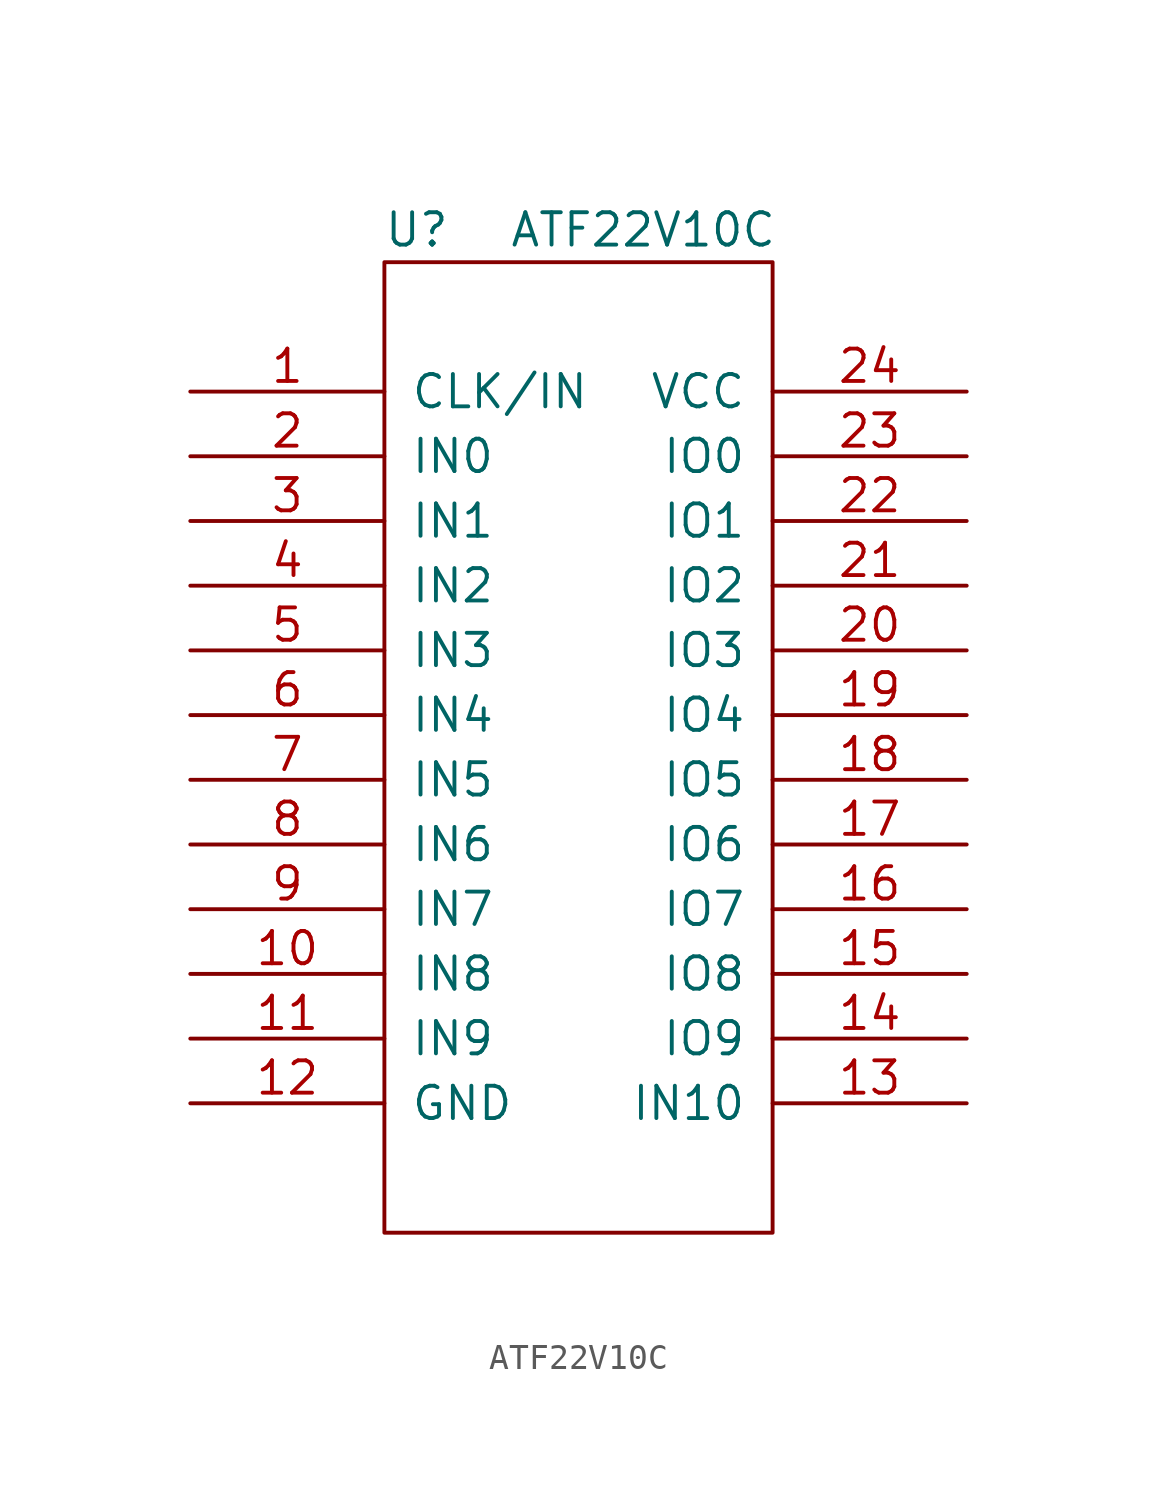
<source format=kicad_sym>
(kicad_symbol_lib
  (version 20220914)
  (generator kicad_symbol_editor)
  (symbol "ATF22V10C"
    (pin_names
      (offset 1.016))
    (property "Reference" "U"
      (at -6.35 20.32 0)
      (effects (font (size 1.27 1.27))))
    (property "Value" "ATF22V10C"
      (at 2.54 20.32 0)
      (effects (font (size 1.27 1.27))))
    (symbol "ATF22V10C_1_0"
      (rectangle (start -7.62 -19.05) (end 7.62 19.05) (stroke (width 0) (type solid)) (fill (type none))))
    (symbol "ATF22V10C_1_1"
      (pin input line (at -15.24 13.97 0) (length 7.62) (name "CLK/IN" (effects (font (size 1.27 1.27)))) (number "1" (effects (font (size 1.27 1.27)))))
      (pin input line (at -15.24 -8.89 0) (length 7.62) (name "IN8" (effects (font (size 1.27 1.27)))) (number "10" (effects (font (size 1.27 1.27)))))
      (pin input line (at -15.24 -11.43 0) (length 7.62) (name "IN9" (effects (font (size 1.27 1.27)))) (number "11" (effects (font (size 1.27 1.27)))))
      (pin power_in line (at -15.24 -13.97 0) (length 7.62) (name "GND" (effects (font (size 1.27 1.27)))) (number "12" (effects (font (size 1.27 1.27)))))
      (pin input line (at 15.24 -13.97 180) (length 7.62) (name "IN10" (effects (font (size 1.27 1.27)))) (number "13" (effects (font (size 1.27 1.27)))))
      (pin bidirectional line (at 15.24 -11.43 180) (length 7.62) (name "IO9" (effects (font (size 1.27 1.27)))) (number "14" (effects (font (size 1.27 1.27)))))
      (pin bidirectional line (at 15.24 -8.89 180) (length 7.62) (name "IO8" (effects (font (size 1.27 1.27)))) (number "15" (effects (font (size 1.27 1.27)))))
      (pin bidirectional line (at 15.24 -6.35 180) (length 7.62) (name "IO7" (effects (font (size 1.27 1.27)))) (number "16" (effects (font (size 1.27 1.27)))))
      (pin bidirectional line (at 15.24 -3.81 180) (length 7.62) (name "IO6" (effects (font (size 1.27 1.27)))) (number "17" (effects (font (size 1.27 1.27)))))
      (pin bidirectional line (at 15.24 -1.27 180) (length 7.62) (name "IO5" (effects (font (size 1.27 1.27)))) (number "18" (effects (font (size 1.27 1.27)))))
      (pin bidirectional line (at 15.24 1.27 180) (length 7.62) (name "IO4" (effects (font (size 1.27 1.27)))) (number "19" (effects (font (size 1.27 1.27)))))
      (pin input line (at -15.24 11.43 0) (length 7.62) (name "IN0" (effects (font (size 1.27 1.27)))) (number "2" (effects (font (size 1.27 1.27)))))
      (pin bidirectional line (at 15.24 3.81 180) (length 7.62) (name "IO3" (effects (font (size 1.27 1.27)))) (number "20" (effects (font (size 1.27 1.27)))))
      (pin bidirectional line (at 15.24 6.35 180) (length 7.62) (name "IO2" (effects (font (size 1.27 1.27)))) (number "21" (effects (font (size 1.27 1.27)))))
      (pin bidirectional line (at 15.24 8.89 180) (length 7.62) (name "IO1" (effects (font (size 1.27 1.27)))) (number "22" (effects (font (size 1.27 1.27)))))
      (pin bidirectional line (at 15.24 11.43 180) (length 7.62) (name "IO0" (effects (font (size 1.27 1.27)))) (number "23" (effects (font (size 1.27 1.27)))))
      (pin power_in line (at 15.24 13.97 180) (length 7.62) (name "VCC" (effects (font (size 1.27 1.27)))) (number "24" (effects (font (size 1.27 1.27)))))
      (pin input line (at -15.24 8.89 0) (length 7.62) (name "IN1" (effects (font (size 1.27 1.27)))) (number "3" (effects (font (size 1.27 1.27)))))
      (pin input line (at -15.24 6.35 0) (length 7.62) (name "IN2" (effects (font (size 1.27 1.27)))) (number "4" (effects (font (size 1.27 1.27)))))
      (pin input line (at -15.24 3.81 0) (length 7.62) (name "IN3" (effects (font (size 1.27 1.27)))) (number "5" (effects (font (size 1.27 1.27)))))
      (pin input line (at -15.24 1.27 0) (length 7.62) (name "IN4" (effects (font (size 1.27 1.27)))) (number "6" (effects (font (size 1.27 1.27)))))
      (pin input line (at -15.24 -1.27 0) (length 7.62) (name "IN5" (effects (font (size 1.27 1.27)))) (number "7" (effects (font (size 1.27 1.27)))))
      (pin input line (at -15.24 -3.81 0) (length 7.62) (name "IN6" (effects (font (size 1.27 1.27)))) (number "8" (effects (font (size 1.27 1.27)))))
      (pin input line (at -15.24 -6.35 0) (length 7.62) (name "IN7" (effects (font (size 1.27 1.27)))) (number "9" (effects (font (size 1.27 1.27))))))))
</source>
